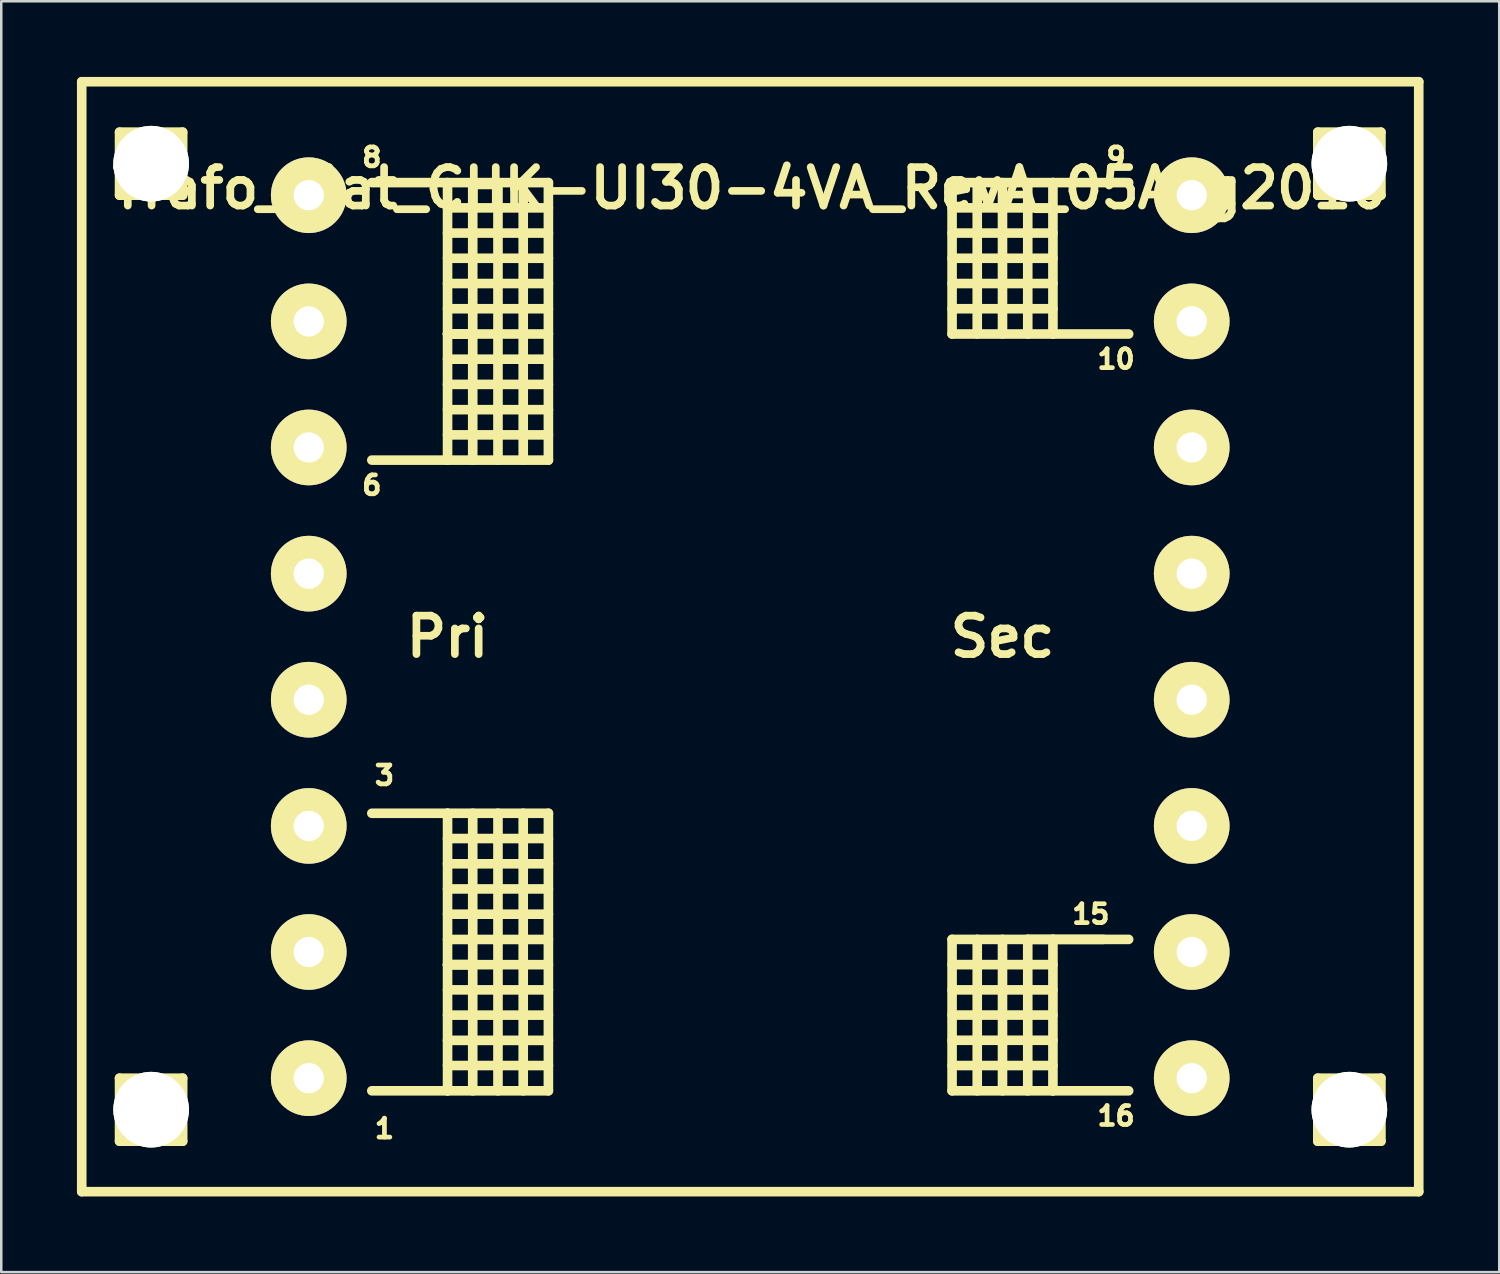
<source format=kicad_pcb>
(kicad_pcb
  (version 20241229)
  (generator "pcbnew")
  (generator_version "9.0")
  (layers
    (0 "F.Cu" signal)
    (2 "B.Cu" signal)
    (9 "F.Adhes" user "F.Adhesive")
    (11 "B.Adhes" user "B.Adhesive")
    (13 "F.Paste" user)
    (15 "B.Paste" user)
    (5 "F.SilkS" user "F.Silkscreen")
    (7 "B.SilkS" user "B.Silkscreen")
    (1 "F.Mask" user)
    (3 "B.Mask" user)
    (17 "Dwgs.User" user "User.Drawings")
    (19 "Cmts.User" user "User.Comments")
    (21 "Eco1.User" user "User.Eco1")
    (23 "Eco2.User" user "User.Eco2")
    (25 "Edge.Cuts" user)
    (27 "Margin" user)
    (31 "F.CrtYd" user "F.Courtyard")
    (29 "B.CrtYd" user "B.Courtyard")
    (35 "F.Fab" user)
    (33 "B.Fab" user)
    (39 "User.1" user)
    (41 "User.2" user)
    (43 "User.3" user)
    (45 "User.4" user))
  (footprint "Trafo_Flat_CHK-UI30-4VA_RevA_05Aug2010"
    (layer "F.Cu")
    (at 26.69 22.189)
    (property "Reference" "Trafo_Flat_CHK-UI30-4VA_RevA_05Aug2010" (at 0 -17.78 0) (layer "F.SilkS") (effects (font (size 1.524 1.524) (thickness 0.305))))
    (attr through_hole)
    (fp_line (start -26.5 -21.999) (end -26.5 21.999) (stroke (width 0.381) (type solid)) (layer "F.SilkS"))
    (fp_line (start -26.5 21.999) (end 26.5 21.999) (stroke (width 0.381) (type solid)) (layer "F.SilkS"))
    (fp_line (start -25.001 -20) (end -25.001 -17.501) (stroke (width 0.381) (type solid)) (layer "F.SilkS"))
    (fp_line (start -25.001 -17.501) (end -22.499 -17.501) (stroke (width 0.381) (type solid)) (layer "F.SilkS"))
    (fp_line (start -25.001 17.501) (end -25.001 20) (stroke (width 0.381) (type solid)) (layer "F.SilkS"))
    (fp_line (start -25.001 20) (end -22.499 20) (stroke (width 0.381) (type solid)) (layer "F.SilkS"))
    (fp_line (start -23.749 -20) (end -25.001 -20) (stroke (width 0.381) (type solid)) (layer "F.SilkS"))
    (fp_line (start -23.749 17.501) (end -25.001 17.501) (stroke (width 0.381) (type solid)) (layer "F.SilkS"))
    (fp_line (start -22.499 -20) (end -23.749 -20) (stroke (width 0.381) (type solid)) (layer "F.SilkS"))
    (fp_line (start -22.499 -17.501) (end -22.499 -20) (stroke (width 0.381) (type solid)) (layer "F.SilkS"))
    (fp_line (start -22.499 17.501) (end -23.749 17.501) (stroke (width 0.381) (type solid)) (layer "F.SilkS"))
    (fp_line (start -22.499 20) (end -22.499 17.501) (stroke (width 0.381) (type solid)) (layer "F.SilkS"))
    (fp_line (start -15.001 -18.001) (end -11.999 -18.001) (stroke (width 0.381) (type solid)) (layer "F.SilkS"))
    (fp_line (start -15.001 7) (end -11.999 7) (stroke (width 0.381) (type solid)) (layer "F.SilkS"))
    (fp_line (start -11.999 -18.001) (end -11.999 -7) (stroke (width 0.381) (type solid)) (layer "F.SilkS"))
    (fp_line (start -11.999 -18.001) (end -8.001 -18.001) (stroke (width 0.381) (type solid)) (layer "F.SilkS"))
    (fp_line (start -11.999 -17) (end -8.001 -17) (stroke (width 0.381) (type solid)) (layer "F.SilkS"))
    (fp_line (start -11.999 -15.999) (end -8.001 -15.999) (stroke (width 0.381) (type solid)) (layer "F.SilkS"))
    (fp_line (start -11.999 -15.001) (end -8.001 -15.001) (stroke (width 0.381) (type solid)) (layer "F.SilkS"))
    (fp_line (start -11.999 -14) (end -8.001 -14) (stroke (width 0.381) (type solid)) (layer "F.SilkS"))
    (fp_line (start -11.999 -13) (end -8.001 -13) (stroke (width 0.381) (type solid)) (layer "F.SilkS"))
    (fp_line (start -11.999 -11.999) (end -11.001 -11.999) (stroke (width 0.381) (type solid)) (layer "F.SilkS"))
    (fp_line (start -11.999 -11.001) (end -8.001 -11.001) (stroke (width 0.381) (type solid)) (layer "F.SilkS"))
    (fp_line (start -11.999 -8.999) (end -8.999 -8.999) (stroke (width 0.381) (type solid)) (layer "F.SilkS"))
    (fp_line (start -11.999 -7) (end -15.001 -7) (stroke (width 0.381) (type solid)) (layer "F.SilkS"))
    (fp_line (start -11.999 7) (end -11.999 18.001) (stroke (width 0.381) (type solid)) (layer "F.SilkS"))
    (fp_line (start -11.999 7) (end -8.001 7) (stroke (width 0.381) (type solid)) (layer "F.SilkS"))
    (fp_line (start -11.999 8.001) (end -8.001 8.001) (stroke (width 0.381) (type solid)) (layer "F.SilkS"))
    (fp_line (start -11.999 9.002) (end -8.001 9.002) (stroke (width 0.381) (type solid)) (layer "F.SilkS"))
    (fp_line (start -11.999 10) (end -8.001 10) (stroke (width 0.381) (type solid)) (layer "F.SilkS"))
    (fp_line (start -11.999 11.001) (end -8.001 11.001) (stroke (width 0.381) (type solid)) (layer "F.SilkS"))
    (fp_line (start -11.999 12.002) (end -8.001 12.002) (stroke (width 0.381) (type solid)) (layer "F.SilkS"))
    (fp_line (start -11.999 13.002) (end -11.001 13.002) (stroke (width 0.381) (type solid)) (layer "F.SilkS"))
    (fp_line (start -11.999 14) (end -8.001 14) (stroke (width 0.381) (type solid)) (layer "F.SilkS"))
    (fp_line (start -11.999 16.002) (end -8.999 16.002) (stroke (width 0.381) (type solid)) (layer "F.SilkS"))
    (fp_line (start -11.999 18.001) (end -15.001 18.001) (stroke (width 0.381) (type solid)) (layer "F.SilkS"))
    (fp_line (start -11.001 -18.001) (end -11.001 -7) (stroke (width 0.381) (type solid)) (layer "F.SilkS"))
    (fp_line (start -11.001 -11.999) (end -11.999 -11.999) (stroke (width 0.381) (type solid)) (layer "F.SilkS"))
    (fp_line (start -11.001 7) (end -11.001 18.001) (stroke (width 0.381) (type solid)) (layer "F.SilkS"))
    (fp_line (start -11.001 13.002) (end -11.999 13.002) (stroke (width 0.381) (type solid)) (layer "F.SilkS"))
    (fp_line (start -10 -7) (end -10 -18.001) (stroke (width 0.381) (type solid)) (layer "F.SilkS"))
    (fp_line (start -10 18.001) (end -10 7) (stroke (width 0.381) (type solid)) (layer "F.SilkS"))
    (fp_line (start -8.999 -18.001) (end -8.999 -7) (stroke (width 0.381) (type solid)) (layer "F.SilkS"))
    (fp_line (start -8.999 -8.999) (end -8.001 -8.999) (stroke (width 0.381) (type solid)) (layer "F.SilkS"))
    (fp_line (start -8.999 7) (end -8.999 18.001) (stroke (width 0.381) (type solid)) (layer "F.SilkS"))
    (fp_line (start -8.999 16.002) (end -8.001 16.002) (stroke (width 0.381) (type solid)) (layer "F.SilkS"))
    (fp_line (start -8.001 -18.001) (end -8.001 -7) (stroke (width 0.381) (type solid)) (layer "F.SilkS"))
    (fp_line (start -8.001 -11.999) (end -11.999 -11.999) (stroke (width 0.381) (type solid)) (layer "F.SilkS"))
    (fp_line (start -8.001 -10) (end -11.999 -10) (stroke (width 0.381) (type solid)) (layer "F.SilkS"))
    (fp_line (start -8.001 -8.001) (end -11.999 -8.001) (stroke (width 0.381) (type solid)) (layer "F.SilkS"))
    (fp_line (start -8.001 -7) (end -11.999 -7) (stroke (width 0.381) (type solid)) (layer "F.SilkS"))
    (fp_line (start -8.001 7) (end -8.001 18.001) (stroke (width 0.381) (type solid)) (layer "F.SilkS"))
    (fp_line (start -8.001 13.002) (end -11.999 13.002) (stroke (width 0.381) (type solid)) (layer "F.SilkS"))
    (fp_line (start -8.001 15.001) (end -11.999 15.001) (stroke (width 0.381) (type solid)) (layer "F.SilkS"))
    (fp_line (start -8.001 17) (end -11.999 17) (stroke (width 0.381) (type solid)) (layer "F.SilkS"))
    (fp_line (start -8.001 18.001) (end -11.999 18.001) (stroke (width 0.381) (type solid)) (layer "F.SilkS"))
    (fp_line (start 8.001 -18.001) (end 8.001 -11.999) (stroke (width 0.381) (type solid)) (layer "F.SilkS"))
    (fp_line (start 8.001 -17) (end 11.999 -17) (stroke (width 0.381) (type solid)) (layer "F.SilkS"))
    (fp_line (start 8.001 -15.001) (end 11.999 -15.001) (stroke (width 0.381) (type solid)) (layer "F.SilkS"))
    (fp_line (start 8.001 -14) (end 11.999 -14) (stroke (width 0.381) (type solid)) (layer "F.SilkS"))
    (fp_line (start 8.001 -11.999) (end 11.999 -11.999) (stroke (width 0.381) (type solid)) (layer "F.SilkS"))
    (fp_line (start 8.001 11.999) (end 8.001 18.001) (stroke (width 0.381) (type solid)) (layer "F.SilkS"))
    (fp_line (start 8.001 13) (end 11.999 13) (stroke (width 0.381) (type solid)) (layer "F.SilkS"))
    (fp_line (start 8.001 14.999) (end 11.999 14.999) (stroke (width 0.381) (type solid)) (layer "F.SilkS"))
    (fp_line (start 8.001 15.999) (end 11.999 15.999) (stroke (width 0.381) (type solid)) (layer "F.SilkS"))
    (fp_line (start 8.001 18.001) (end 11.999 18.001) (stroke (width 0.381) (type solid)) (layer "F.SilkS"))
    (fp_line (start 8.999 -18.001) (end 8.999 -11.999) (stroke (width 0.381) (type solid)) (layer "F.SilkS"))
    (fp_line (start 8.999 11.999) (end 8.999 18.001) (stroke (width 0.381) (type solid)) (layer "F.SilkS"))
    (fp_line (start 10 -18.001) (end 10 -11.999) (stroke (width 0.381) (type solid)) (layer "F.SilkS"))
    (fp_line (start 10 11.999) (end 10 18.001) (stroke (width 0.381) (type solid)) (layer "F.SilkS"))
    (fp_line (start 11.001 -18.001) (end 11.001 -11.999) (stroke (width 0.381) (type solid)) (layer "F.SilkS"))
    (fp_line (start 11.001 11.999) (end 11.001 18.001) (stroke (width 0.381) (type solid)) (layer "F.SilkS"))
    (fp_line (start 11.999 -18.001) (end 8.001 -18.001) (stroke (width 0.381) (type solid)) (layer "F.SilkS"))
    (fp_line (start 11.999 -18.001) (end 11.999 -11.999) (stroke (width 0.381) (type solid)) (layer "F.SilkS"))
    (fp_line (start 11.999 -15.999) (end 8.001 -15.999) (stroke (width 0.381) (type solid)) (layer "F.SilkS"))
    (fp_line (start 11.999 -13) (end 8.001 -13) (stroke (width 0.381) (type solid)) (layer "F.SilkS"))
    (fp_line (start 11.999 -11.999) (end 15.001 -11.999) (stroke (width 0.381) (type solid)) (layer "F.SilkS"))
    (fp_line (start 11.999 11.999) (end 8.001 11.999) (stroke (width 0.381) (type solid)) (layer "F.SilkS"))
    (fp_line (start 11.999 11.999) (end 11.999 18.001) (stroke (width 0.381) (type solid)) (layer "F.SilkS"))
    (fp_line (start 11.999 14) (end 8.001 14) (stroke (width 0.381) (type solid)) (layer "F.SilkS"))
    (fp_line (start 11.999 17) (end 8.001 17) (stroke (width 0.381) (type solid)) (layer "F.SilkS"))
    (fp_line (start 11.999 18.001) (end 15.001 18.001) (stroke (width 0.381) (type solid)) (layer "F.SilkS"))
    (fp_line (start 14 11.999) (end 10.998 11.999) (stroke (width 0.381) (type solid)) (layer "F.SilkS"))
    (fp_line (start 15.001 -18.001) (end 11.999 -18.001) (stroke (width 0.381) (type solid)) (layer "F.SilkS"))
    (fp_line (start 15.001 11.999) (end 11.999 11.999) (stroke (width 0.381) (type solid)) (layer "F.SilkS"))
    (fp_line (start 22.499 -20) (end 22.499 -17.501) (stroke (width 0.381) (type solid)) (layer "F.SilkS"))
    (fp_line (start 22.499 -17.501) (end 25.001 -17.501) (stroke (width 0.381) (type solid)) (layer "F.SilkS"))
    (fp_line (start 22.499 17.501) (end 22.499 20) (stroke (width 0.381) (type solid)) (layer "F.SilkS"))
    (fp_line (start 22.499 20) (end 25.001 20) (stroke (width 0.381) (type solid)) (layer "F.SilkS"))
    (fp_line (start 23.749 -20) (end 22.499 -20) (stroke (width 0.381) (type solid)) (layer "F.SilkS"))
    (fp_line (start 23.749 17.501) (end 22.499 17.501) (stroke (width 0.381) (type solid)) (layer "F.SilkS"))
    (fp_line (start 25.001 -20) (end 23.749 -20) (stroke (width 0.381) (type solid)) (layer "F.SilkS"))
    (fp_line (start 25.001 -17.501) (end 25.001 -20) (stroke (width 0.381) (type solid)) (layer "F.SilkS"))
    (fp_line (start 25.001 17.501) (end 23.749 17.501) (stroke (width 0.381) (type solid)) (layer "F.SilkS"))
    (fp_line (start 25.001 20) (end 25.001 17.501) (stroke (width 0.381) (type solid)) (layer "F.SilkS"))
    (fp_line (start 26.5 -21.999) (end -26.5 -21.999) (stroke (width 0.381) (type solid)) (layer "F.SilkS"))
    (fp_line (start 26.5 21.999) (end 26.5 -21.999) (stroke (width 0.381) (type solid)) (layer "F.SilkS"))
    (fp_text user "1" (at -14.501 19.5 0) (layer "F.SilkS") (effects (font (size 0.749 0.749) (thickness 0.188))))
    (fp_text user "Pri" (at -11.999 0 0) (layer "F.SilkS") (effects (font (size 1.524 1.524) (thickness 0.305))))
    (fp_text user "3" (at -14.501 5.499 0) (layer "F.SilkS") (effects (font (size 0.749 0.749) (thickness 0.188))))
    (fp_text user "8" (at -15.001 -19.002 0) (layer "F.SilkS") (effects (font (size 0.749 0.749) (thickness 0.188))))
    (fp_text user "16" (at 14.501 18.999 0) (layer "F.SilkS") (effects (font (size 0.749 0.749) (thickness 0.188))))
    (fp_text user "15" (at 13.5 10.998 0) (layer "F.SilkS") (effects (font (size 0.749 0.749) (thickness 0.188))))
    (fp_text user "10" (at 14.501 -11.003 0) (layer "F.SilkS") (effects (font (size 0.749 0.749) (thickness 0.188))))
    (fp_text user "6" (at -15.001 -6.002 0) (layer "F.SilkS") (effects (font (size 0.749 0.749) (thickness 0.188))))
    (fp_text user "Sec" (at 10 0 0) (layer "F.SilkS") (effects (font (size 1.524 1.524) (thickness 0.305))))
    (fp_text user "9" (at 14.501 -19.002 0) (layer "F.SilkS") (effects (font (size 0.749 0.749) (thickness 0.188))))
    (pad "" np_thru_hole circle (at -23.749 -18.75) (size 3 3) (drill 3) (layers "*.Cu" "*.Mask" "F.SilkS"))
    (pad "" np_thru_hole circle (at -23.749 18.75) (size 3 3) (drill 3) (layers "*.Cu" "*.Mask" "F.SilkS"))
    (pad "" np_thru_hole circle (at 23.749 -18.75) (size 3 3) (drill 3) (layers "*.Cu" "*.Mask" "F.SilkS"))
    (pad "" np_thru_hole circle (at 23.749 18.75) (size 3 3) (drill 3) (layers "*.Cu" "*.Mask" "F.SilkS"))
    (pad "1" thru_hole circle (at -17.501 17.501) (size 3 3) (drill 1.199) (layers "*.Cu" "*.Mask" "F.SilkS"))
    (pad "2" thru_hole circle (at -17.501 12.499) (size 3 3) (drill 1.199) (layers "*.Cu" "*.Mask" "F.SilkS"))
    (pad "3" thru_hole circle (at -17.501 7.501) (size 3 3) (drill 1.199) (layers "*.Cu" "*.Mask" "F.SilkS"))
    (pad "4" thru_hole circle (at -17.501 2.499) (size 3 3) (drill 1.199) (layers "*.Cu" "*.Mask" "F.SilkS"))
    (pad "5" thru_hole circle (at -17.501 -2.499) (size 3 3) (drill 1.199) (layers "*.Cu" "*.Mask" "F.SilkS"))
    (pad "6" thru_hole circle (at -17.501 -7.501) (size 3 3) (drill 1.199) (layers "*.Cu" "*.Mask" "F.SilkS"))
    (pad "7" thru_hole circle (at -17.501 -12.499) (size 3 3) (drill 1.199) (layers "*.Cu" "*.Mask" "F.SilkS"))
    (pad "8" thru_hole circle (at -17.501 -17.501) (size 3 3) (drill 1.199) (layers "*.Cu" "*.Mask" "F.SilkS"))
    (pad "9" thru_hole circle (at 17.501 -17.501) (size 3 3) (drill 1.199) (layers "*.Cu" "*.Mask" "F.SilkS"))
    (pad "10" thru_hole circle (at 17.501 -12.499) (size 3 3) (drill 1.199) (layers "*.Cu" "*.Mask" "F.SilkS"))
    (pad "11" thru_hole circle (at 17.501 -7.501) (size 3 3) (drill 1.199) (layers "*.Cu" "*.Mask" "F.SilkS"))
    (pad "12" thru_hole circle (at 17.501 -2.499) (size 3 3) (drill 1.199) (layers "*.Cu" "*.Mask" "F.SilkS"))
    (pad "13" thru_hole circle (at 17.501 2.499) (size 3 3) (drill 1.199) (layers "*.Cu" "*.Mask" "F.SilkS"))
    (pad "14" thru_hole circle (at 17.501 7.501) (size 3 3) (drill 1.199) (layers "*.Cu" "*.Mask" "F.SilkS"))
    (pad "15" thru_hole circle (at 17.501 12.499) (size 3 3) (drill 1.199) (layers "*.Cu" "*.Mask" "F.SilkS"))
    (pad "16" thru_hole circle (at 17.501 17.501) (size 3 3) (drill 1.199) (layers "*.Cu" "*.Mask" "F.SilkS")))
  (gr_rect
    (start -3 -3)
    (end 56.381 47.379)
    (stroke (width 0.1) (type default))
    (fill no)
    (layer "Edge.Cuts")))
</source>
